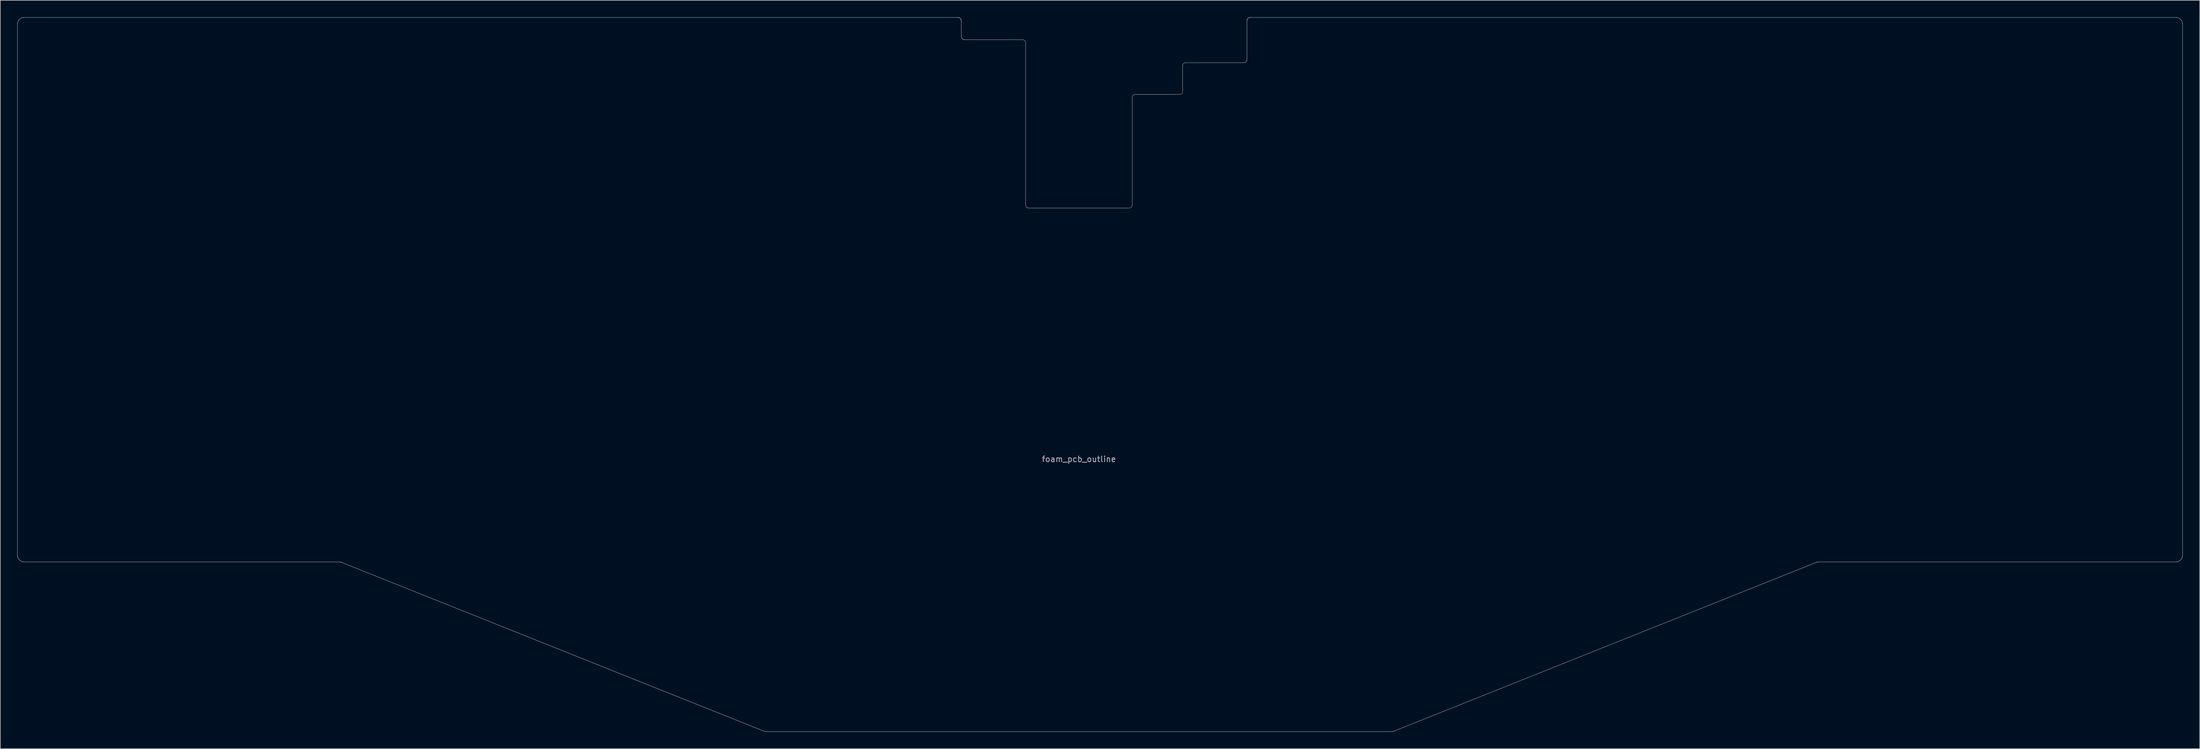
<source format=kicad_pcb>
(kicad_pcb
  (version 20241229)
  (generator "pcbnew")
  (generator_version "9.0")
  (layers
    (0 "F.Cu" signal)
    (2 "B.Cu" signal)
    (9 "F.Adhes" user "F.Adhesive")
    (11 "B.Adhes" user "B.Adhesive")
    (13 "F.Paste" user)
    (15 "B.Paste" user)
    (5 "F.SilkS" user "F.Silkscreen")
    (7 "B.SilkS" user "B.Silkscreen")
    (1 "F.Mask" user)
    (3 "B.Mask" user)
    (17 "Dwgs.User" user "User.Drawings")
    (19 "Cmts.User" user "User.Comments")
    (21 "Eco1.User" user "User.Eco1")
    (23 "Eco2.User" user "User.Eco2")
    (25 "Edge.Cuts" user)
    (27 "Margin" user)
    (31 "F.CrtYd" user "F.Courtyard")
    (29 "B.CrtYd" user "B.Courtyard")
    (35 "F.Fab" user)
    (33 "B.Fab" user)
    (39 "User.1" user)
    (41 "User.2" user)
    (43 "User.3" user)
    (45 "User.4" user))
  (footprint "foam_pcb_outline"
    (layer "F.Cu")
    (at 187.251 77.118)
    (property "Reference" "foam_pcb_outline" (at 0 0.893 0) (layer "F.Fab") (effects (font (size 1 1) (thickness 0.15))))
    (attr through_hole)
    (fp_line (start -129.777 0.000014) (end -128.587 0.000014) (stroke (width 0.05) (type solid)) (layer "Eco2.User"))
    (fp_line (start -128.587 0.000014) (end -128.587 1.191) (stroke (width 0.05) (type solid)) (layer "Eco2.User"))
    (fp_line (start -128.587 0) (end -128.587 -1.191) (stroke (width 0.05) (type solid)) (layer "Eco2.User"))
    (fp_line (start -127.397 0) (end -128.587 0) (stroke (width 0.05) (type solid)) (layer "Eco2.User"))
    (fp_line (start -1.191 0.000014) (end -0.000014 0.000014) (stroke (width 0.05) (type solid)) (layer "Eco2.User"))
    (fp_line (start -0.000014 0.000014) (end -0.000014 1.191) (stroke (width 0.05) (type solid)) (layer "Eco2.User"))
    (fp_line (start 0 0) (end 0 -1.191) (stroke (width 0.05) (type solid)) (layer "Eco2.User"))
    (fp_line (start 1.191 0) (end 0 0) (stroke (width 0.05) (type solid)) (layer "Eco2.User"))
    (fp_line (start 127.396 0.000014) (end 128.587 0.000014) (stroke (width 0.05) (type solid)) (layer "Eco2.User"))
    (fp_line (start 128.587 0) (end 128.587 -1.191) (stroke (width 0.05) (type solid)) (layer "Eco2.User"))
    (fp_line (start 128.587 0.000014) (end 128.587 1.191) (stroke (width 0.05) (type solid)) (layer "Eco2.User"))
    (fp_line (start 129.778 0) (end 128.587 0) (stroke (width 0.05) (type solid)) (layer "Eco2.User"))
    (fp_line (start -187.226 -75.902) (end -187.226 17.859) (stroke (width 0.05) (type solid)) (layer "Edge.Cuts"))
    (fp_line (start -187.226 17.859) (end -187.224 17.918) (stroke (width 0.05) (type solid)) (layer "Edge.Cuts"))
    (fp_line (start -187.224 -75.961) (end -187.226 -75.902) (stroke (width 0.05) (type solid)) (layer "Edge.Cuts"))
    (fp_line (start -187.224 17.918) (end -187.22 17.976) (stroke (width 0.05) (type solid)) (layer "Edge.Cuts"))
    (fp_line (start -187.22 -76.019) (end -187.224 -75.961) (stroke (width 0.05) (type solid)) (layer "Edge.Cuts"))
    (fp_line (start -187.22 17.976) (end -187.213 18.034) (stroke (width 0.05) (type solid)) (layer "Edge.Cuts"))
    (fp_line (start -187.213 -76.077) (end -187.22 -76.019) (stroke (width 0.05) (type solid)) (layer "Edge.Cuts"))
    (fp_line (start -187.213 18.034) (end -187.203 18.092) (stroke (width 0.05) (type solid)) (layer "Edge.Cuts"))
    (fp_line (start -187.203 -76.135) (end -187.213 -76.077) (stroke (width 0.05) (type solid)) (layer "Edge.Cuts"))
    (fp_line (start -187.203 18.092) (end -187.19 18.149) (stroke (width 0.05) (type solid)) (layer "Edge.Cuts"))
    (fp_line (start -187.19 -76.192) (end -187.203 -76.135) (stroke (width 0.05) (type solid)) (layer "Edge.Cuts"))
    (fp_line (start -187.19 18.149) (end -187.174 18.205) (stroke (width 0.05) (type solid)) (layer "Edge.Cuts"))
    (fp_line (start -187.174 -76.248) (end -187.19 -76.192) (stroke (width 0.05) (type solid)) (layer "Edge.Cuts"))
    (fp_line (start -187.174 18.205) (end -187.156 18.261) (stroke (width 0.05) (type solid)) (layer "Edge.Cuts"))
    (fp_line (start -187.156 -76.303) (end -187.174 -76.248) (stroke (width 0.05) (type solid)) (layer "Edge.Cuts"))
    (fp_line (start -187.156 18.261) (end -187.135 18.315) (stroke (width 0.05) (type solid)) (layer "Edge.Cuts"))
    (fp_line (start -187.135 -76.358) (end -187.156 -76.303) (stroke (width 0.05) (type solid)) (layer "Edge.Cuts"))
    (fp_line (start -187.135 18.315) (end -187.111 18.368) (stroke (width 0.05) (type solid)) (layer "Edge.Cuts"))
    (fp_line (start -187.111 -76.411) (end -187.135 -76.358) (stroke (width 0.05) (type solid)) (layer "Edge.Cuts"))
    (fp_line (start -187.111 18.368) (end -187.085 18.421) (stroke (width 0.05) (type solid)) (layer "Edge.Cuts"))
    (fp_line (start -187.085 -76.464) (end -187.111 -76.411) (stroke (width 0.05) (type solid)) (layer "Edge.Cuts"))
    (fp_line (start -187.085 18.421) (end -187.056 18.471) (stroke (width 0.05) (type solid)) (layer "Edge.Cuts"))
    (fp_line (start -187.056 -76.514) (end -187.085 -76.464) (stroke (width 0.05) (type solid)) (layer "Edge.Cuts"))
    (fp_line (start -187.056 18.471) (end -187.025 18.521) (stroke (width 0.05) (type solid)) (layer "Edge.Cuts"))
    (fp_line (start -187.025 -76.564) (end -187.056 -76.514) (stroke (width 0.05) (type solid)) (layer "Edge.Cuts"))
    (fp_line (start -187.025 18.521) (end -186.991 18.569) (stroke (width 0.05) (type solid)) (layer "Edge.Cuts"))
    (fp_line (start -186.991 -76.612) (end -187.025 -76.564) (stroke (width 0.05) (type solid)) (layer "Edge.Cuts"))
    (fp_line (start -186.991 18.569) (end -186.956 18.615) (stroke (width 0.05) (type solid)) (layer "Edge.Cuts"))
    (fp_line (start -186.956 -76.658) (end -186.991 -76.612) (stroke (width 0.05) (type solid)) (layer "Edge.Cuts"))
    (fp_line (start -186.956 18.615) (end -186.917 18.659) (stroke (width 0.05) (type solid)) (layer "Edge.Cuts"))
    (fp_line (start -186.917 -76.702) (end -186.956 -76.658) (stroke (width 0.05) (type solid)) (layer "Edge.Cuts"))
    (fp_line (start -186.917 18.659) (end -186.877 18.701) (stroke (width 0.05) (type solid)) (layer "Edge.Cuts"))
    (fp_line (start -186.877 -76.744) (end -186.917 -76.702) (stroke (width 0.05) (type solid)) (layer "Edge.Cuts"))
    (fp_line (start -186.877 18.701) (end -186.835 18.742) (stroke (width 0.05) (type solid)) (layer "Edge.Cuts"))
    (fp_line (start -186.835 -76.784) (end -186.877 -76.744) (stroke (width 0.05) (type solid)) (layer "Edge.Cuts"))
    (fp_line (start -186.835 18.742) (end -186.79 18.78) (stroke (width 0.05) (type solid)) (layer "Edge.Cuts"))
    (fp_line (start -186.79 -76.823) (end -186.835 -76.784) (stroke (width 0.05) (type solid)) (layer "Edge.Cuts"))
    (fp_line (start -186.79 18.78) (end -186.744 18.816) (stroke (width 0.05) (type solid)) (layer "Edge.Cuts"))
    (fp_line (start -186.744 -76.859) (end -186.79 -76.823) (stroke (width 0.05) (type solid)) (layer "Edge.Cuts"))
    (fp_line (start -186.744 18.816) (end -186.697 18.849) (stroke (width 0.05) (type solid)) (layer "Edge.Cuts"))
    (fp_line (start -186.697 -76.892) (end -186.744 -76.859) (stroke (width 0.05) (type solid)) (layer "Edge.Cuts"))
    (fp_line (start -186.697 18.849) (end -186.647 18.881) (stroke (width 0.05) (type solid)) (layer "Edge.Cuts"))
    (fp_line (start -186.647 -76.924) (end -186.697 -76.892) (stroke (width 0.05) (type solid)) (layer "Edge.Cuts"))
    (fp_line (start -186.647 18.881) (end -186.596 18.909) (stroke (width 0.05) (type solid)) (layer "Edge.Cuts"))
    (fp_line (start -186.596 -76.952) (end -186.647 -76.924) (stroke (width 0.05) (type solid)) (layer "Edge.Cuts"))
    (fp_line (start -186.596 18.909) (end -186.544 18.936) (stroke (width 0.05) (type solid)) (layer "Edge.Cuts"))
    (fp_line (start -186.544 -76.979) (end -186.596 -76.952) (stroke (width 0.05) (type solid)) (layer "Edge.Cuts"))
    (fp_line (start -186.544 18.936) (end -186.491 18.959) (stroke (width 0.05) (type solid)) (layer "Edge.Cuts"))
    (fp_line (start -186.491 -77.002) (end -186.544 -76.979) (stroke (width 0.05) (type solid)) (layer "Edge.Cuts"))
    (fp_line (start -186.491 18.959) (end -186.436 18.98) (stroke (width 0.05) (type solid)) (layer "Edge.Cuts"))
    (fp_line (start -186.436 -77.023) (end -186.491 -77.002) (stroke (width 0.05) (type solid)) (layer "Edge.Cuts"))
    (fp_line (start -186.436 18.98) (end -186.381 18.999) (stroke (width 0.05) (type solid)) (layer "Edge.Cuts"))
    (fp_line (start -186.381 -77.042) (end -186.436 -77.023) (stroke (width 0.05) (type solid)) (layer "Edge.Cuts"))
    (fp_line (start -186.381 18.999) (end -186.324 19.014) (stroke (width 0.05) (type solid)) (layer "Edge.Cuts"))
    (fp_line (start -186.324 -77.057) (end -186.381 -77.042) (stroke (width 0.05) (type solid)) (layer "Edge.Cuts"))
    (fp_line (start -186.324 19.014) (end -186.267 19.027) (stroke (width 0.05) (type solid)) (layer "Edge.Cuts"))
    (fp_line (start -186.267 -77.07) (end -186.324 -77.057) (stroke (width 0.05) (type solid)) (layer "Edge.Cuts"))
    (fp_line (start -186.267 19.027) (end -186.21 19.037) (stroke (width 0.05) (type solid)) (layer "Edge.Cuts"))
    (fp_line (start -186.21 -77.08) (end -186.267 -77.07) (stroke (width 0.05) (type solid)) (layer "Edge.Cuts"))
    (fp_line (start -186.21 19.037) (end -186.152 19.044) (stroke (width 0.05) (type solid)) (layer "Edge.Cuts"))
    (fp_line (start -186.152 -77.087) (end -186.21 -77.08) (stroke (width 0.05) (type solid)) (layer "Edge.Cuts"))
    (fp_line (start -186.152 19.044) (end -186.094 19.049) (stroke (width 0.05) (type solid)) (layer "Edge.Cuts"))
    (fp_line (start -186.094 -77.091) (end -186.152 -77.087) (stroke (width 0.05) (type solid)) (layer "Edge.Cuts"))
    (fp_line (start -186.094 19.049) (end -186.035 19.05) (stroke (width 0.05) (type solid)) (layer "Edge.Cuts"))
    (fp_line (start -186.035 -77.093) (end -186.094 -77.091) (stroke (width 0.05) (type solid)) (layer "Edge.Cuts"))
    (fp_line (start -186.035 19.05) (end -130.491 19.05) (stroke (width 0.05) (type solid)) (layer "Edge.Cuts"))
    (fp_line (start -130.491 19.05) (end -130.475 19.05) (stroke (width 0.05) (type solid)) (layer "Edge.Cuts"))
    (fp_line (start -130.475 19.05) (end -130.44 19.051) (stroke (width 0.05) (type solid)) (layer "Edge.Cuts"))
    (fp_line (start -130.44 19.051) (end -130.41 19.052) (stroke (width 0.05) (type solid)) (layer "Edge.Cuts"))
    (fp_line (start -130.41 19.052) (end -130.381 19.055) (stroke (width 0.05) (type solid)) (layer "Edge.Cuts"))
    (fp_line (start -130.381 19.055) (end -130.353 19.058) (stroke (width 0.05) (type solid)) (layer "Edge.Cuts"))
    (fp_line (start -130.353 19.058) (end -130.323 19.061) (stroke (width 0.05) (type solid)) (layer "Edge.Cuts"))
    (fp_line (start -130.323 19.061) (end -130.295 19.065) (stroke (width 0.05) (type solid)) (layer "Edge.Cuts"))
    (fp_line (start -130.295 19.065) (end -130.265 19.07) (stroke (width 0.05) (type solid)) (layer "Edge.Cuts"))
    (fp_line (start -130.265 19.07) (end -130.237 19.076) (stroke (width 0.05) (type solid)) (layer "Edge.Cuts"))
    (fp_line (start -130.237 19.076) (end -130.208 19.082) (stroke (width 0.05) (type solid)) (layer "Edge.Cuts"))
    (fp_line (start -130.208 19.082) (end -130.18 19.09) (stroke (width 0.05) (type solid)) (layer "Edge.Cuts"))
    (fp_line (start -130.18 19.09) (end -130.152 19.097) (stroke (width 0.05) (type solid)) (layer "Edge.Cuts"))
    (fp_line (start -130.152 19.097) (end -130.124 19.106) (stroke (width 0.05) (type solid)) (layer "Edge.Cuts"))
    (fp_line (start -130.124 19.106) (end -130.095 19.116) (stroke (width 0.05) (type solid)) (layer "Edge.Cuts"))
    (fp_line (start -130.095 19.116) (end -130.07 19.124) (stroke (width 0.05) (type solid)) (layer "Edge.Cuts"))
    (fp_line (start -130.07 19.124) (end -130.046 19.133) (stroke (width 0.05) (type solid)) (layer "Edge.Cuts"))
    (fp_line (start -130.046 19.133) (end -130.036 19.137) (stroke (width 0.05) (type solid)) (layer "Edge.Cuts"))
    (fp_line (start -130.036 19.137) (end -55.578 48.922) (stroke (width 0.05) (type solid)) (layer "Edge.Cuts"))
    (fp_line (start -55.578 48.922) (end -55.523 48.943) (stroke (width 0.05) (type solid)) (layer "Edge.Cuts"))
    (fp_line (start -55.523 48.943) (end -55.467 48.96) (stroke (width 0.05) (type solid)) (layer "Edge.Cuts"))
    (fp_line (start -55.467 48.96) (end -55.41 48.975) (stroke (width 0.05) (type solid)) (layer "Edge.Cuts"))
    (fp_line (start -55.41 48.975) (end -55.353 48.987) (stroke (width 0.05) (type solid)) (layer "Edge.Cuts"))
    (fp_line (start -55.353 48.987) (end -55.296 48.996) (stroke (width 0.05) (type solid)) (layer "Edge.Cuts"))
    (fp_line (start -55.296 48.996) (end -55.237 49.003) (stroke (width 0.05) (type solid)) (layer "Edge.Cuts"))
    (fp_line (start -55.237 49.003) (end -55.179 49.007) (stroke (width 0.05) (type solid)) (layer "Edge.Cuts"))
    (fp_line (start -55.179 49.007) (end -55.135 49.007) (stroke (width 0.05) (type solid)) (layer "Edge.Cuts"))
    (fp_line (start -55.135 49.007) (end 55.135 49.007) (stroke (width 0.05) (type solid)) (layer "Edge.Cuts"))
    (fp_line (start -21.347 -77.093) (end -186.035 -77.093) (stroke (width 0.05) (type solid)) (layer "Edge.Cuts"))
    (fp_line (start -21.34 -77.093) (end -21.347 -77.093) (stroke (width 0.05) (type solid)) (layer "Edge.Cuts"))
    (fp_line (start -21.321 -77.092) (end -21.34 -77.093) (stroke (width 0.05) (type solid)) (layer "Edge.Cuts"))
    (fp_line (start -21.307 -77.092) (end -21.321 -77.092) (stroke (width 0.05) (type solid)) (layer "Edge.Cuts"))
    (fp_line (start -21.292 -77.091) (end -21.307 -77.092) (stroke (width 0.05) (type solid)) (layer "Edge.Cuts"))
    (fp_line (start -21.278 -77.089) (end -21.292 -77.091) (stroke (width 0.05) (type solid)) (layer "Edge.Cuts"))
    (fp_line (start -21.263 -77.087) (end -21.278 -77.089) (stroke (width 0.05) (type solid)) (layer "Edge.Cuts"))
    (fp_line (start -21.249 -77.085) (end -21.263 -77.087) (stroke (width 0.05) (type solid)) (layer "Edge.Cuts"))
    (fp_line (start -21.234 -77.083) (end -21.249 -77.085) (stroke (width 0.05) (type solid)) (layer "Edge.Cuts"))
    (fp_line (start -21.22 -77.08) (end -21.234 -77.083) (stroke (width 0.05) (type solid)) (layer "Edge.Cuts"))
    (fp_line (start -21.206 -77.077) (end -21.22 -77.08) (stroke (width 0.05) (type solid)) (layer "Edge.Cuts"))
    (fp_line (start -21.191 -77.073) (end -21.206 -77.077) (stroke (width 0.05) (type solid)) (layer "Edge.Cuts"))
    (fp_line (start -21.177 -77.069) (end -21.191 -77.073) (stroke (width 0.05) (type solid)) (layer "Edge.Cuts"))
    (fp_line (start -21.164 -77.065) (end -21.177 -77.069) (stroke (width 0.05) (type solid)) (layer "Edge.Cuts"))
    (fp_line (start -21.149 -77.06) (end -21.164 -77.065) (stroke (width 0.05) (type solid)) (layer "Edge.Cuts"))
    (fp_line (start -21.136 -77.056) (end -21.149 -77.06) (stroke (width 0.05) (type solid)) (layer "Edge.Cuts"))
    (fp_line (start -21.122 -77.05) (end -21.136 -77.056) (stroke (width 0.05) (type solid)) (layer "Edge.Cuts"))
    (fp_line (start -21.109 -77.045) (end -21.122 -77.05) (stroke (width 0.05) (type solid)) (layer "Edge.Cuts"))
    (fp_line (start -21.096 -77.039) (end -21.109 -77.045) (stroke (width 0.05) (type solid)) (layer "Edge.Cuts"))
    (fp_line (start -21.082 -77.032) (end -21.096 -77.039) (stroke (width 0.05) (type solid)) (layer "Edge.Cuts"))
    (fp_line (start -21.069 -77.026) (end -21.082 -77.032) (stroke (width 0.05) (type solid)) (layer "Edge.Cuts"))
    (fp_line (start -21.056 -77.019) (end -21.069 -77.026) (stroke (width 0.05) (type solid)) (layer "Edge.Cuts"))
    (fp_line (start -21.044 -77.012) (end -21.056 -77.019) (stroke (width 0.05) (type solid)) (layer "Edge.Cuts"))
    (fp_line (start -21.031 -77.004) (end -21.044 -77.012) (stroke (width 0.05) (type solid)) (layer "Edge.Cuts"))
    (fp_line (start -21.019 -76.996) (end -21.031 -77.004) (stroke (width 0.05) (type solid)) (layer "Edge.Cuts"))
    (fp_line (start -21.007 -76.989) (end -21.019 -76.996) (stroke (width 0.05) (type solid)) (layer "Edge.Cuts"))
    (fp_line (start -20.994 -76.98) (end -21.007 -76.989) (stroke (width 0.05) (type solid)) (layer "Edge.Cuts"))
    (fp_line (start -20.983 -76.972) (end -20.994 -76.98) (stroke (width 0.05) (type solid)) (layer "Edge.Cuts"))
    (fp_line (start -20.971 -76.962) (end -20.983 -76.972) (stroke (width 0.05) (type solid)) (layer "Edge.Cuts"))
    (fp_line (start -20.96 -76.953) (end -20.971 -76.962) (stroke (width 0.05) (type solid)) (layer "Edge.Cuts"))
    (fp_line (start -20.949 -76.944) (end -20.96 -76.953) (stroke (width 0.05) (type solid)) (layer "Edge.Cuts"))
    (fp_line (start -20.938 -76.933) (end -20.949 -76.944) (stroke (width 0.05) (type solid)) (layer "Edge.Cuts"))
    (fp_line (start -20.927 -76.924) (end -20.938 -76.933) (stroke (width 0.05) (type solid)) (layer "Edge.Cuts"))
    (fp_line (start -20.917 -76.913) (end -20.927 -76.924) (stroke (width 0.05) (type solid)) (layer "Edge.Cuts"))
    (fp_line (start -20.907 -76.903) (end -20.917 -76.913) (stroke (width 0.05) (type solid)) (layer "Edge.Cuts"))
    (fp_line (start -20.897 -76.892) (end -20.907 -76.903) (stroke (width 0.05) (type solid)) (layer "Edge.Cuts"))
    (fp_line (start -20.888 -76.881) (end -20.897 -76.892) (stroke (width 0.05) (type solid)) (layer "Edge.Cuts"))
    (fp_line (start -20.879 -76.87) (end -20.888 -76.881) (stroke (width 0.05) (type solid)) (layer "Edge.Cuts"))
    (fp_line (start -20.869 -76.858) (end -20.879 -76.87) (stroke (width 0.05) (type solid)) (layer "Edge.Cuts"))
    (fp_line (start -20.861 -76.847) (end -20.869 -76.858) (stroke (width 0.05) (type solid)) (layer "Edge.Cuts"))
    (fp_line (start -20.852 -76.834) (end -20.861 -76.847) (stroke (width 0.05) (type solid)) (layer "Edge.Cuts"))
    (fp_line (start -20.845 -76.822) (end -20.852 -76.834) (stroke (width 0.05) (type solid)) (layer "Edge.Cuts"))
    (fp_line (start -20.837 -76.81) (end -20.845 -76.822) (stroke (width 0.05) (type solid)) (layer "Edge.Cuts"))
    (fp_line (start -20.829 -76.797) (end -20.837 -76.81) (stroke (width 0.05) (type solid)) (layer "Edge.Cuts"))
    (fp_line (start -20.822 -76.785) (end -20.829 -76.797) (stroke (width 0.05) (type solid)) (layer "Edge.Cuts"))
    (fp_line (start -20.815 -76.772) (end -20.822 -76.785) (stroke (width 0.05) (type solid)) (layer "Edge.Cuts"))
    (fp_line (start -20.809 -76.759) (end -20.815 -76.772) (stroke (width 0.05) (type solid)) (layer "Edge.Cuts"))
    (fp_line (start -20.802 -76.745) (end -20.809 -76.759) (stroke (width 0.05) (type solid)) (layer "Edge.Cuts"))
    (fp_line (start -20.796 -76.732) (end -20.802 -76.745) (stroke (width 0.05) (type solid)) (layer "Edge.Cuts"))
    (fp_line (start -20.791 -76.719) (end -20.796 -76.732) (stroke (width 0.05) (type solid)) (layer "Edge.Cuts"))
    (fp_line (start -20.785 -76.705) (end -20.791 -76.719) (stroke (width 0.05) (type solid)) (layer "Edge.Cuts"))
    (fp_line (start -20.781 -76.692) (end -20.785 -76.705) (stroke (width 0.05) (type solid)) (layer "Edge.Cuts"))
    (fp_line (start -20.776 -76.677) (end -20.781 -76.692) (stroke (width 0.05) (type solid)) (layer "Edge.Cuts"))
    (fp_line (start -20.772 -76.664) (end -20.776 -76.677) (stroke (width 0.05) (type solid)) (layer "Edge.Cuts"))
    (fp_line (start -20.768 -76.65) (end -20.772 -76.664) (stroke (width 0.05) (type solid)) (layer "Edge.Cuts"))
    (fp_line (start -20.764 -76.635) (end -20.768 -76.65) (stroke (width 0.05) (type solid)) (layer "Edge.Cuts"))
    (fp_line (start -20.761 -76.621) (end -20.764 -76.635) (stroke (width 0.05) (type solid)) (layer "Edge.Cuts"))
    (fp_line (start -20.758 -76.606) (end -20.761 -76.621) (stroke (width 0.05) (type solid)) (layer "Edge.Cuts"))
    (fp_line (start -20.756 -76.592) (end -20.758 -76.606) (stroke (width 0.05) (type solid)) (layer "Edge.Cuts"))
    (fp_line (start -20.754 -76.578) (end -20.756 -76.592) (stroke (width 0.05) (type solid)) (layer "Edge.Cuts"))
    (fp_line (start -20.752 -76.563) (end -20.754 -76.578) (stroke (width 0.05) (type solid)) (layer "Edge.Cuts"))
    (fp_line (start -20.75 -76.549) (end -20.752 -76.563) (stroke (width 0.05) (type solid)) (layer "Edge.Cuts"))
    (fp_line (start -20.749 -76.534) (end -20.75 -76.549) (stroke (width 0.05) (type solid)) (layer "Edge.Cuts"))
    (fp_line (start -20.749 -76.52) (end -20.749 -76.534) (stroke (width 0.05) (type solid)) (layer "Edge.Cuts"))
    (fp_line (start -20.748 -76.501) (end -20.749 -76.52) (stroke (width 0.05) (type solid)) (layer "Edge.Cuts"))
    (fp_line (start -20.748 -76.493) (end -20.748 -76.501) (stroke (width 0.05) (type solid)) (layer "Edge.Cuts"))
    (fp_line (start -20.748 -73.752) (end -20.748 -76.493) (stroke (width 0.05) (type solid)) (layer "Edge.Cuts"))
    (fp_line (start -20.747 -73.723) (end -20.748 -73.752) (stroke (width 0.05) (type solid)) (layer "Edge.Cuts"))
    (fp_line (start -20.745 -73.694) (end -20.747 -73.723) (stroke (width 0.05) (type solid)) (layer "Edge.Cuts"))
    (fp_line (start -20.742 -73.665) (end -20.745 -73.694) (stroke (width 0.05) (type solid)) (layer "Edge.Cuts"))
    (fp_line (start -20.737 -73.636) (end -20.742 -73.665) (stroke (width 0.05) (type solid)) (layer "Edge.Cuts"))
    (fp_line (start -20.73 -73.608) (end -20.737 -73.636) (stroke (width 0.05) (type solid)) (layer "Edge.Cuts"))
    (fp_line (start -20.722 -73.579) (end -20.73 -73.608) (stroke (width 0.05) (type solid)) (layer "Edge.Cuts"))
    (fp_line (start -20.713 -73.552) (end -20.722 -73.579) (stroke (width 0.05) (type solid)) (layer "Edge.Cuts"))
    (fp_line (start -20.703 -73.524) (end -20.713 -73.552) (stroke (width 0.05) (type solid)) (layer "Edge.Cuts"))
    (fp_line (start -20.691 -73.498) (end -20.703 -73.524) (stroke (width 0.05) (type solid)) (layer "Edge.Cuts"))
    (fp_line (start -20.678 -73.472) (end -20.691 -73.498) (stroke (width 0.05) (type solid)) (layer "Edge.Cuts"))
    (fp_line (start -20.663 -73.446) (end -20.678 -73.472) (stroke (width 0.05) (type solid)) (layer "Edge.Cuts"))
    (fp_line (start -20.648 -73.421) (end -20.663 -73.446) (stroke (width 0.05) (type solid)) (layer "Edge.Cuts"))
    (fp_line (start -20.631 -73.398) (end -20.648 -73.421) (stroke (width 0.05) (type solid)) (layer "Edge.Cuts"))
    (fp_line (start -20.613 -73.375) (end -20.631 -73.398) (stroke (width 0.05) (type solid)) (layer "Edge.Cuts"))
    (fp_line (start -20.594 -73.353) (end -20.613 -73.375) (stroke (width 0.05) (type solid)) (layer "Edge.Cuts"))
    (fp_line (start -20.574 -73.331) (end -20.594 -73.353) (stroke (width 0.05) (type solid)) (layer "Edge.Cuts"))
    (fp_line (start -20.552 -73.311) (end -20.574 -73.331) (stroke (width 0.05) (type solid)) (layer "Edge.Cuts"))
    (fp_line (start -20.53 -73.292) (end -20.552 -73.311) (stroke (width 0.05) (type solid)) (layer "Edge.Cuts"))
    (fp_line (start -20.507 -73.274) (end -20.53 -73.292) (stroke (width 0.05) (type solid)) (layer "Edge.Cuts"))
    (fp_line (start -20.483 -73.257) (end -20.507 -73.274) (stroke (width 0.05) (type solid)) (layer "Edge.Cuts"))
    (fp_line (start -20.459 -73.242) (end -20.483 -73.257) (stroke (width 0.05) (type solid)) (layer "Edge.Cuts"))
    (fp_line (start -20.433 -73.227) (end -20.459 -73.242) (stroke (width 0.05) (type solid)) (layer "Edge.Cuts"))
    (fp_line (start -20.407 -73.214) (end -20.433 -73.227) (stroke (width 0.05) (type solid)) (layer "Edge.Cuts"))
    (fp_line (start -20.381 -73.202) (end -20.407 -73.214) (stroke (width 0.05) (type solid)) (layer "Edge.Cuts"))
    (fp_line (start -20.353 -73.192) (end -20.381 -73.202) (stroke (width 0.05) (type solid)) (layer "Edge.Cuts"))
    (fp_line (start -20.326 -73.183) (end -20.353 -73.192) (stroke (width 0.05) (type solid)) (layer "Edge.Cuts"))
    (fp_line (start -20.297 -73.175) (end -20.326 -73.183) (stroke (width 0.05) (type solid)) (layer "Edge.Cuts"))
    (fp_line (start -20.269 -73.168) (end -20.297 -73.175) (stroke (width 0.05) (type solid)) (layer "Edge.Cuts"))
    (fp_line (start -20.24 -73.163) (end -20.269 -73.168) (stroke (width 0.05) (type solid)) (layer "Edge.Cuts"))
    (fp_line (start -20.211 -73.16) (end -20.24 -73.163) (stroke (width 0.05) (type solid)) (layer "Edge.Cuts"))
    (fp_line (start -20.182 -73.158) (end -20.211 -73.16) (stroke (width 0.05) (type solid)) (layer "Edge.Cuts"))
    (fp_line (start -20.153 -73.157) (end -20.182 -73.158) (stroke (width 0.05) (type solid)) (layer "Edge.Cuts"))
    (fp_line (start -9.906 -73.152) (end -20.153 -73.157) (stroke (width 0.05) (type solid)) (layer "Edge.Cuts"))
    (fp_line (start -9.398 -72.644) (end -9.398 -43.942) (stroke (width 0.05) (type solid)) (layer "Edge.Cuts"))
    (fp_line (start 8.89 -43.434) (end -8.89 -43.434) (stroke (width 0.05) (type solid)) (layer "Edge.Cuts"))
    (fp_line (start 9.398 -62.992) (end 9.398 -43.942) (stroke (width 0.05) (type solid)) (layer "Edge.Cuts"))
    (fp_line (start 9.906 -63.5) (end 17.78 -63.5) (stroke (width 0.05) (type solid)) (layer "Edge.Cuts"))
    (fp_line (start 18.288 -64.008) (end 18.288 -68.585) (stroke (width 0.05) (type solid)) (layer "Edge.Cuts"))
    (fp_line (start 18.796 -69.093) (end 29.043 -69.093) (stroke (width 0.05) (type solid)) (layer "Edge.Cuts"))
    (fp_line (start 29.072 -69.094) (end 29.043 -69.093) (stroke (width 0.05) (type solid)) (layer "Edge.Cuts"))
    (fp_line (start 29.101 -69.096) (end 29.072 -69.094) (stroke (width 0.05) (type solid)) (layer "Edge.Cuts"))
    (fp_line (start 29.13 -69.099) (end 29.101 -69.096) (stroke (width 0.05) (type solid)) (layer "Edge.Cuts"))
    (fp_line (start 29.159 -69.104) (end 29.13 -69.099) (stroke (width 0.05) (type solid)) (layer "Edge.Cuts"))
    (fp_line (start 29.187 -69.111) (end 29.159 -69.104) (stroke (width 0.05) (type solid)) (layer "Edge.Cuts"))
    (fp_line (start 29.215 -69.119) (end 29.187 -69.111) (stroke (width 0.05) (type solid)) (layer "Edge.Cuts"))
    (fp_line (start 29.243 -69.128) (end 29.215 -69.119) (stroke (width 0.05) (type solid)) (layer "Edge.Cuts"))
    (fp_line (start 29.271 -69.138) (end 29.243 -69.128) (stroke (width 0.05) (type solid)) (layer "Edge.Cuts"))
    (fp_line (start 29.297 -69.15) (end 29.271 -69.138) (stroke (width 0.05) (type solid)) (layer "Edge.Cuts"))
    (fp_line (start 29.323 -69.163) (end 29.297 -69.15) (stroke (width 0.05) (type solid)) (layer "Edge.Cuts"))
    (fp_line (start 29.349 -69.178) (end 29.323 -69.163) (stroke (width 0.05) (type solid)) (layer "Edge.Cuts"))
    (fp_line (start 29.373 -69.193) (end 29.349 -69.178) (stroke (width 0.05) (type solid)) (layer "Edge.Cuts"))
    (fp_line (start 29.397 -69.21) (end 29.373 -69.193) (stroke (width 0.05) (type solid)) (layer "Edge.Cuts"))
    (fp_line (start 29.42 -69.228) (end 29.397 -69.21) (stroke (width 0.05) (type solid)) (layer "Edge.Cuts"))
    (fp_line (start 29.442 -69.247) (end 29.42 -69.228) (stroke (width 0.05) (type solid)) (layer "Edge.Cuts"))
    (fp_line (start 29.464 -69.267) (end 29.442 -69.247) (stroke (width 0.05) (type solid)) (layer "Edge.Cuts"))
    (fp_line (start 29.484 -69.288) (end 29.464 -69.267) (stroke (width 0.05) (type solid)) (layer "Edge.Cuts"))
    (fp_line (start 29.503 -69.311) (end 29.484 -69.288) (stroke (width 0.05) (type solid)) (layer "Edge.Cuts"))
    (fp_line (start 29.521 -69.334) (end 29.503 -69.311) (stroke (width 0.05) (type solid)) (layer "Edge.Cuts"))
    (fp_line (start 29.538 -69.358) (end 29.521 -69.334) (stroke (width 0.05) (type solid)) (layer "Edge.Cuts"))
    (fp_line (start 29.553 -69.382) (end 29.538 -69.358) (stroke (width 0.05) (type solid)) (layer "Edge.Cuts"))
    (fp_line (start 29.568 -69.408) (end 29.553 -69.382) (stroke (width 0.05) (type solid)) (layer "Edge.Cuts"))
    (fp_line (start 29.581 -69.434) (end 29.568 -69.408) (stroke (width 0.05) (type solid)) (layer "Edge.Cuts"))
    (fp_line (start 29.593 -69.46) (end 29.581 -69.434) (stroke (width 0.05) (type solid)) (layer "Edge.Cuts"))
    (fp_line (start 29.603 -69.488) (end 29.593 -69.46) (stroke (width 0.05) (type solid)) (layer "Edge.Cuts"))
    (fp_line (start 29.612 -69.516) (end 29.603 -69.488) (stroke (width 0.05) (type solid)) (layer "Edge.Cuts"))
    (fp_line (start 29.62 -69.544) (end 29.612 -69.516) (stroke (width 0.05) (type solid)) (layer "Edge.Cuts"))
    (fp_line (start 29.627 -69.572) (end 29.62 -69.544) (stroke (width 0.05) (type solid)) (layer "Edge.Cuts"))
    (fp_line (start 29.632 -69.601) (end 29.627 -69.572) (stroke (width 0.05) (type solid)) (layer "Edge.Cuts"))
    (fp_line (start 29.635 -69.63) (end 29.632 -69.601) (stroke (width 0.05) (type solid)) (layer "Edge.Cuts"))
    (fp_line (start 29.637 -69.659) (end 29.635 -69.63) (stroke (width 0.05) (type solid)) (layer "Edge.Cuts"))
    (fp_line (start 29.638 -76.493) (end 29.638 -69.688) (stroke (width 0.05) (type solid)) (layer "Edge.Cuts"))
    (fp_line (start 29.638 -69.688) (end 29.637 -69.659) (stroke (width 0.05) (type solid)) (layer "Edge.Cuts"))
    (fp_line (start 29.638 -76.501) (end 29.638 -76.493) (stroke (width 0.05) (type solid)) (layer "Edge.Cuts"))
    (fp_line (start 29.639 -76.52) (end 29.638 -76.501) (stroke (width 0.05) (type solid)) (layer "Edge.Cuts"))
    (fp_line (start 29.639 -76.534) (end 29.639 -76.52) (stroke (width 0.05) (type solid)) (layer "Edge.Cuts"))
    (fp_line (start 29.64 -76.549) (end 29.639 -76.534) (stroke (width 0.05) (type solid)) (layer "Edge.Cuts"))
    (fp_line (start 29.642 -76.563) (end 29.64 -76.549) (stroke (width 0.05) (type solid)) (layer "Edge.Cuts"))
    (fp_line (start 29.644 -76.578) (end 29.642 -76.563) (stroke (width 0.05) (type solid)) (layer "Edge.Cuts"))
    (fp_line (start 29.646 -76.592) (end 29.644 -76.578) (stroke (width 0.05) (type solid)) (layer "Edge.Cuts"))
    (fp_line (start 29.648 -76.606) (end 29.646 -76.592) (stroke (width 0.05) (type solid)) (layer "Edge.Cuts"))
    (fp_line (start 29.651 -76.621) (end 29.648 -76.606) (stroke (width 0.05) (type solid)) (layer "Edge.Cuts"))
    (fp_line (start 29.654 -76.635) (end 29.651 -76.621) (stroke (width 0.05) (type solid)) (layer "Edge.Cuts"))
    (fp_line (start 29.658 -76.65) (end 29.654 -76.635) (stroke (width 0.05) (type solid)) (layer "Edge.Cuts"))
    (fp_line (start 29.662 -76.664) (end 29.658 -76.65) (stroke (width 0.05) (type solid)) (layer "Edge.Cuts"))
    (fp_line (start 29.666 -76.677) (end 29.662 -76.664) (stroke (width 0.05) (type solid)) (layer "Edge.Cuts"))
    (fp_line (start 29.671 -76.692) (end 29.666 -76.677) (stroke (width 0.05) (type solid)) (layer "Edge.Cuts"))
    (fp_line (start 29.675 -76.705) (end 29.671 -76.692) (stroke (width 0.05) (type solid)) (layer "Edge.Cuts"))
    (fp_line (start 29.681 -76.719) (end 29.675 -76.705) (stroke (width 0.05) (type solid)) (layer "Edge.Cuts"))
    (fp_line (start 29.686 -76.732) (end 29.681 -76.719) (stroke (width 0.05) (type solid)) (layer "Edge.Cuts"))
    (fp_line (start 29.692 -76.745) (end 29.686 -76.732) (stroke (width 0.05) (type solid)) (layer "Edge.Cuts"))
    (fp_line (start 29.699 -76.759) (end 29.692 -76.745) (stroke (width 0.05) (type solid)) (layer "Edge.Cuts"))
    (fp_line (start 29.705 -76.772) (end 29.699 -76.759) (stroke (width 0.05) (type solid)) (layer "Edge.Cuts"))
    (fp_line (start 29.712 -76.785) (end 29.705 -76.772) (stroke (width 0.05) (type solid)) (layer "Edge.Cuts"))
    (fp_line (start 29.719 -76.797) (end 29.712 -76.785) (stroke (width 0.05) (type solid)) (layer "Edge.Cuts"))
    (fp_line (start 29.727 -76.81) (end 29.719 -76.797) (stroke (width 0.05) (type solid)) (layer "Edge.Cuts"))
    (fp_line (start 29.735 -76.822) (end 29.727 -76.81) (stroke (width 0.05) (type solid)) (layer "Edge.Cuts"))
    (fp_line (start 29.742 -76.834) (end 29.735 -76.822) (stroke (width 0.05) (type solid)) (layer "Edge.Cuts"))
    (fp_line (start 29.751 -76.847) (end 29.742 -76.834) (stroke (width 0.05) (type solid)) (layer "Edge.Cuts"))
    (fp_line (start 29.759 -76.858) (end 29.751 -76.847) (stroke (width 0.05) (type solid)) (layer "Edge.Cuts"))
    (fp_line (start 29.769 -76.87) (end 29.759 -76.858) (stroke (width 0.05) (type solid)) (layer "Edge.Cuts"))
    (fp_line (start 29.778 -76.881) (end 29.769 -76.87) (stroke (width 0.05) (type solid)) (layer "Edge.Cuts"))
    (fp_line (start 29.787 -76.892) (end 29.778 -76.881) (stroke (width 0.05) (type solid)) (layer "Edge.Cuts"))
    (fp_line (start 29.797 -76.903) (end 29.787 -76.892) (stroke (width 0.05) (type solid)) (layer "Edge.Cuts"))
    (fp_line (start 29.807 -76.913) (end 29.797 -76.903) (stroke (width 0.05) (type solid)) (layer "Edge.Cuts"))
    (fp_line (start 29.817 -76.924) (end 29.807 -76.913) (stroke (width 0.05) (type solid)) (layer "Edge.Cuts"))
    (fp_line (start 29.828 -76.933) (end 29.817 -76.924) (stroke (width 0.05) (type solid)) (layer "Edge.Cuts"))
    (fp_line (start 29.839 -76.944) (end 29.828 -76.933) (stroke (width 0.05) (type solid)) (layer "Edge.Cuts"))
    (fp_line (start 29.85 -76.953) (end 29.839 -76.944) (stroke (width 0.05) (type solid)) (layer "Edge.Cuts"))
    (fp_line (start 29.861 -76.962) (end 29.85 -76.953) (stroke (width 0.05) (type solid)) (layer "Edge.Cuts"))
    (fp_line (start 29.873 -76.972) (end 29.861 -76.962) (stroke (width 0.05) (type solid)) (layer "Edge.Cuts"))
    (fp_line (start 29.884 -76.98) (end 29.873 -76.972) (stroke (width 0.05) (type solid)) (layer "Edge.Cuts"))
    (fp_line (start 29.897 -76.989) (end 29.884 -76.98) (stroke (width 0.05) (type solid)) (layer "Edge.Cuts"))
    (fp_line (start 29.909 -76.996) (end 29.897 -76.989) (stroke (width 0.05) (type solid)) (layer "Edge.Cuts"))
    (fp_line (start 29.921 -77.004) (end 29.909 -76.996) (stroke (width 0.05) (type solid)) (layer "Edge.Cuts"))
    (fp_line (start 29.934 -77.012) (end 29.921 -77.004) (stroke (width 0.05) (type solid)) (layer "Edge.Cuts"))
    (fp_line (start 29.946 -77.019) (end 29.934 -77.012) (stroke (width 0.05) (type solid)) (layer "Edge.Cuts"))
    (fp_line (start 29.959 -77.026) (end 29.946 -77.019) (stroke (width 0.05) (type solid)) (layer "Edge.Cuts"))
    (fp_line (start 29.972 -77.032) (end 29.959 -77.026) (stroke (width 0.05) (type solid)) (layer "Edge.Cuts"))
    (fp_line (start 29.986 -77.039) (end 29.972 -77.032) (stroke (width 0.05) (type solid)) (layer "Edge.Cuts"))
    (fp_line (start 29.999 -77.045) (end 29.986 -77.039) (stroke (width 0.05) (type solid)) (layer "Edge.Cuts"))
    (fp_line (start 30.012 -77.05) (end 29.999 -77.045) (stroke (width 0.05) (type solid)) (layer "Edge.Cuts"))
    (fp_line (start 30.026 -77.056) (end 30.012 -77.05) (stroke (width 0.05) (type solid)) (layer "Edge.Cuts"))
    (fp_line (start 30.039 -77.06) (end 30.026 -77.056) (stroke (width 0.05) (type solid)) (layer "Edge.Cuts"))
    (fp_line (start 30.054 -77.065) (end 30.039 -77.06) (stroke (width 0.05) (type solid)) (layer "Edge.Cuts"))
    (fp_line (start 30.067 -77.069) (end 30.054 -77.065) (stroke (width 0.05) (type solid)) (layer "Edge.Cuts"))
    (fp_line (start 30.081 -77.073) (end 30.067 -77.069) (stroke (width 0.05) (type solid)) (layer "Edge.Cuts"))
    (fp_line (start 30.096 -77.077) (end 30.081 -77.073) (stroke (width 0.05) (type solid)) (layer "Edge.Cuts"))
    (fp_line (start 30.11 -77.08) (end 30.096 -77.077) (stroke (width 0.05) (type solid)) (layer "Edge.Cuts"))
    (fp_line (start 30.124 -77.083) (end 30.11 -77.08) (stroke (width 0.05) (type solid)) (layer "Edge.Cuts"))
    (fp_line (start 30.139 -77.085) (end 30.124 -77.083) (stroke (width 0.05) (type solid)) (layer "Edge.Cuts"))
    (fp_line (start 30.153 -77.087) (end 30.139 -77.085) (stroke (width 0.05) (type solid)) (layer "Edge.Cuts"))
    (fp_line (start 30.168 -77.089) (end 30.153 -77.087) (stroke (width 0.05) (type solid)) (layer "Edge.Cuts"))
    (fp_line (start 30.182 -77.091) (end 30.168 -77.089) (stroke (width 0.05) (type solid)) (layer "Edge.Cuts"))
    (fp_line (start 30.197 -77.092) (end 30.182 -77.091) (stroke (width 0.05) (type solid)) (layer "Edge.Cuts"))
    (fp_line (start 30.211 -77.092) (end 30.197 -77.092) (stroke (width 0.05) (type solid)) (layer "Edge.Cuts"))
    (fp_line (start 30.23 -77.093) (end 30.211 -77.092) (stroke (width 0.05) (type solid)) (layer "Edge.Cuts"))
    (fp_line (start 30.237 -77.093) (end 30.23 -77.093) (stroke (width 0.05) (type solid)) (layer "Edge.Cuts"))
    (fp_line (start 55.135 49.007) (end 55.194 49.006) (stroke (width 0.05) (type solid)) (layer "Edge.Cuts"))
    (fp_line (start 55.194 49.006) (end 55.252 49.002) (stroke (width 0.05) (type solid)) (layer "Edge.Cuts"))
    (fp_line (start 55.252 49.002) (end 55.31 48.994) (stroke (width 0.05) (type solid)) (layer "Edge.Cuts"))
    (fp_line (start 55.31 48.994) (end 55.367 48.984) (stroke (width 0.05) (type solid)) (layer "Edge.Cuts"))
    (fp_line (start 55.367 48.984) (end 55.425 48.972) (stroke (width 0.05) (type solid)) (layer "Edge.Cuts"))
    (fp_line (start 55.425 48.972) (end 55.481 48.956) (stroke (width 0.05) (type solid)) (layer "Edge.Cuts"))
    (fp_line (start 55.481 48.956) (end 55.536 48.938) (stroke (width 0.05) (type solid)) (layer "Edge.Cuts"))
    (fp_line (start 55.536 48.938) (end 55.578 48.922) (stroke (width 0.05) (type solid)) (layer "Edge.Cuts"))
    (fp_line (start 55.578 48.922) (end 130.034 19.138) (stroke (width 0.05) (type solid)) (layer "Edge.Cuts"))
    (fp_line (start 130.034 19.138) (end 130.048 19.133) (stroke (width 0.05) (type solid)) (layer "Edge.Cuts"))
    (fp_line (start 130.048 19.133) (end 130.082 19.12) (stroke (width 0.05) (type solid)) (layer "Edge.Cuts"))
    (fp_line (start 130.082 19.12) (end 130.11 19.11) (stroke (width 0.05) (type solid)) (layer "Edge.Cuts"))
    (fp_line (start 130.11 19.11) (end 130.138 19.102) (stroke (width 0.05) (type solid)) (layer "Edge.Cuts"))
    (fp_line (start 130.138 19.102) (end 130.166 19.093) (stroke (width 0.05) (type solid)) (layer "Edge.Cuts"))
    (fp_line (start 130.166 19.093) (end 130.194 19.086) (stroke (width 0.05) (type solid)) (layer "Edge.Cuts"))
    (fp_line (start 130.194 19.086) (end 130.222 19.079) (stroke (width 0.05) (type solid)) (layer "Edge.Cuts"))
    (fp_line (start 130.222 19.079) (end 130.251 19.073) (stroke (width 0.05) (type solid)) (layer "Edge.Cuts"))
    (fp_line (start 130.251 19.073) (end 130.28 19.068) (stroke (width 0.05) (type solid)) (layer "Edge.Cuts"))
    (fp_line (start 130.28 19.068) (end 130.309 19.063) (stroke (width 0.05) (type solid)) (layer "Edge.Cuts"))
    (fp_line (start 130.309 19.063) (end 130.338 19.059) (stroke (width 0.05) (type solid)) (layer "Edge.Cuts"))
    (fp_line (start 130.338 19.059) (end 130.367 19.056) (stroke (width 0.05) (type solid)) (layer "Edge.Cuts"))
    (fp_line (start 130.367 19.056) (end 130.396 19.053) (stroke (width 0.05) (type solid)) (layer "Edge.Cuts"))
    (fp_line (start 130.396 19.053) (end 130.427 19.052) (stroke (width 0.05) (type solid)) (layer "Edge.Cuts"))
    (fp_line (start 130.427 19.052) (end 130.452 19.051) (stroke (width 0.05) (type solid)) (layer "Edge.Cuts"))
    (fp_line (start 130.452 19.051) (end 130.478 19.05) (stroke (width 0.05) (type solid)) (layer "Edge.Cuts"))
    (fp_line (start 130.478 19.05) (end 130.489 19.05) (stroke (width 0.05) (type solid)) (layer "Edge.Cuts"))
    (fp_line (start 130.489 19.05) (end 193.477 19.05) (stroke (width 0.05) (type solid)) (layer "Edge.Cuts"))
    (fp_line (start 193.477 -77.093) (end 30.237 -77.093) (stroke (width 0.05) (type solid)) (layer "Edge.Cuts"))
    (fp_line (start 193.477 19.05) (end 193.535 19.049) (stroke (width 0.05) (type solid)) (layer "Edge.Cuts"))
    (fp_line (start 193.535 -77.091) (end 193.477 -77.093) (stroke (width 0.05) (type solid)) (layer "Edge.Cuts"))
    (fp_line (start 193.535 19.049) (end 193.593 19.044) (stroke (width 0.05) (type solid)) (layer "Edge.Cuts"))
    (fp_line (start 193.593 -77.087) (end 193.535 -77.091) (stroke (width 0.05) (type solid)) (layer "Edge.Cuts"))
    (fp_line (start 193.593 19.044) (end 193.651 19.037) (stroke (width 0.05) (type solid)) (layer "Edge.Cuts"))
    (fp_line (start 193.651 -77.08) (end 193.593 -77.087) (stroke (width 0.05) (type solid)) (layer "Edge.Cuts"))
    (fp_line (start 193.651 19.037) (end 193.709 19.027) (stroke (width 0.05) (type solid)) (layer "Edge.Cuts"))
    (fp_line (start 193.709 -77.07) (end 193.651 -77.08) (stroke (width 0.05) (type solid)) (layer "Edge.Cuts"))
    (fp_line (start 193.709 19.027) (end 193.766 19.014) (stroke (width 0.05) (type solid)) (layer "Edge.Cuts"))
    (fp_line (start 193.766 -77.057) (end 193.709 -77.07) (stroke (width 0.05) (type solid)) (layer "Edge.Cuts"))
    (fp_line (start 193.766 19.014) (end 193.822 18.999) (stroke (width 0.05) (type solid)) (layer "Edge.Cuts"))
    (fp_line (start 193.822 -77.042) (end 193.766 -77.057) (stroke (width 0.05) (type solid)) (layer "Edge.Cuts"))
    (fp_line (start 193.822 18.999) (end 193.878 18.98) (stroke (width 0.05) (type solid)) (layer "Edge.Cuts"))
    (fp_line (start 193.878 -77.023) (end 193.822 -77.042) (stroke (width 0.05) (type solid)) (layer "Edge.Cuts"))
    (fp_line (start 193.878 18.98) (end 193.932 18.959) (stroke (width 0.05) (type solid)) (layer "Edge.Cuts"))
    (fp_line (start 193.932 -77.002) (end 193.878 -77.023) (stroke (width 0.05) (type solid)) (layer "Edge.Cuts"))
    (fp_line (start 193.932 18.959) (end 193.986 18.936) (stroke (width 0.05) (type solid)) (layer "Edge.Cuts"))
    (fp_line (start 193.986 -76.979) (end 193.932 -77.002) (stroke (width 0.05) (type solid)) (layer "Edge.Cuts"))
    (fp_line (start 193.986 18.936) (end 194.038 18.909) (stroke (width 0.05) (type solid)) (layer "Edge.Cuts"))
    (fp_line (start 194.038 -76.952) (end 193.986 -76.979) (stroke (width 0.05) (type solid)) (layer "Edge.Cuts"))
    (fp_line (start 194.038 18.909) (end 194.089 18.881) (stroke (width 0.05) (type solid)) (layer "Edge.Cuts"))
    (fp_line (start 194.089 -76.924) (end 194.038 -76.952) (stroke (width 0.05) (type solid)) (layer "Edge.Cuts"))
    (fp_line (start 194.089 18.881) (end 194.138 18.849) (stroke (width 0.05) (type solid)) (layer "Edge.Cuts"))
    (fp_line (start 194.138 -76.892) (end 194.089 -76.924) (stroke (width 0.05) (type solid)) (layer "Edge.Cuts"))
    (fp_line (start 194.138 18.849) (end 194.186 18.816) (stroke (width 0.05) (type solid)) (layer "Edge.Cuts"))
    (fp_line (start 194.186 -76.859) (end 194.138 -76.892) (stroke (width 0.05) (type solid)) (layer "Edge.Cuts"))
    (fp_line (start 194.186 18.816) (end 194.232 18.78) (stroke (width 0.05) (type solid)) (layer "Edge.Cuts"))
    (fp_line (start 194.232 -76.823) (end 194.186 -76.859) (stroke (width 0.05) (type solid)) (layer "Edge.Cuts"))
    (fp_line (start 194.232 18.78) (end 194.276 18.742) (stroke (width 0.05) (type solid)) (layer "Edge.Cuts"))
    (fp_line (start 194.276 -76.784) (end 194.232 -76.823) (stroke (width 0.05) (type solid)) (layer "Edge.Cuts"))
    (fp_line (start 194.276 18.742) (end 194.318 18.701) (stroke (width 0.05) (type solid)) (layer "Edge.Cuts"))
    (fp_line (start 194.318 -76.744) (end 194.276 -76.784) (stroke (width 0.05) (type solid)) (layer "Edge.Cuts"))
    (fp_line (start 194.318 18.701) (end 194.359 18.659) (stroke (width 0.05) (type solid)) (layer "Edge.Cuts"))
    (fp_line (start 194.359 -76.702) (end 194.318 -76.744) (stroke (width 0.05) (type solid)) (layer "Edge.Cuts"))
    (fp_line (start 194.359 18.659) (end 194.397 18.615) (stroke (width 0.05) (type solid)) (layer "Edge.Cuts"))
    (fp_line (start 194.397 -76.658) (end 194.359 -76.702) (stroke (width 0.05) (type solid)) (layer "Edge.Cuts"))
    (fp_line (start 194.397 18.615) (end 194.433 18.569) (stroke (width 0.05) (type solid)) (layer "Edge.Cuts"))
    (fp_line (start 194.433 -76.612) (end 194.397 -76.658) (stroke (width 0.05) (type solid)) (layer "Edge.Cuts"))
    (fp_line (start 194.433 18.569) (end 194.467 18.521) (stroke (width 0.05) (type solid)) (layer "Edge.Cuts"))
    (fp_line (start 194.467 -76.564) (end 194.433 -76.612) (stroke (width 0.05) (type solid)) (layer "Edge.Cuts"))
    (fp_line (start 194.467 18.521) (end 194.498 18.471) (stroke (width 0.05) (type solid)) (layer "Edge.Cuts"))
    (fp_line (start 194.498 -76.514) (end 194.467 -76.564) (stroke (width 0.05) (type solid)) (layer "Edge.Cuts"))
    (fp_line (start 194.498 18.471) (end 194.527 18.421) (stroke (width 0.05) (type solid)) (layer "Edge.Cuts"))
    (fp_line (start 194.527 -76.464) (end 194.498 -76.514) (stroke (width 0.05) (type solid)) (layer "Edge.Cuts"))
    (fp_line (start 194.527 18.421) (end 194.553 18.368) (stroke (width 0.05) (type solid)) (layer "Edge.Cuts"))
    (fp_line (start 194.553 -76.411) (end 194.527 -76.464) (stroke (width 0.05) (type solid)) (layer "Edge.Cuts"))
    (fp_line (start 194.553 18.368) (end 194.577 18.315) (stroke (width 0.05) (type solid)) (layer "Edge.Cuts"))
    (fp_line (start 194.577 -76.358) (end 194.553 -76.411) (stroke (width 0.05) (type solid)) (layer "Edge.Cuts"))
    (fp_line (start 194.577 18.315) (end 194.598 18.261) (stroke (width 0.05) (type solid)) (layer "Edge.Cuts"))
    (fp_line (start 194.598 -76.303) (end 194.577 -76.358) (stroke (width 0.05) (type solid)) (layer "Edge.Cuts"))
    (fp_line (start 194.598 18.261) (end 194.616 18.205) (stroke (width 0.05) (type solid)) (layer "Edge.Cuts"))
    (fp_line (start 194.616 -76.248) (end 194.598 -76.303) (stroke (width 0.05) (type solid)) (layer "Edge.Cuts"))
    (fp_line (start 194.616 18.205) (end 194.631 18.149) (stroke (width 0.05) (type solid)) (layer "Edge.Cuts"))
    (fp_line (start 194.631 -76.192) (end 194.616 -76.248) (stroke (width 0.05) (type solid)) (layer "Edge.Cuts"))
    (fp_line (start 194.631 18.149) (end 194.644 18.092) (stroke (width 0.05) (type solid)) (layer "Edge.Cuts"))
    (fp_line (start 194.644 -76.135) (end 194.631 -76.192) (stroke (width 0.05) (type solid)) (layer "Edge.Cuts"))
    (fp_line (start 194.644 18.092) (end 194.654 18.034) (stroke (width 0.05) (type solid)) (layer "Edge.Cuts"))
    (fp_line (start 194.654 -76.077) (end 194.644 -76.135) (stroke (width 0.05) (type solid)) (layer "Edge.Cuts"))
    (fp_line (start 194.654 18.034) (end 194.661 17.976) (stroke (width 0.05) (type solid)) (layer "Edge.Cuts"))
    (fp_line (start 194.661 -76.019) (end 194.654 -76.077) (stroke (width 0.05) (type solid)) (layer "Edge.Cuts"))
    (fp_line (start 194.661 17.976) (end 194.666 17.918) (stroke (width 0.05) (type solid)) (layer "Edge.Cuts"))
    (fp_line (start 194.666 -75.961) (end 194.661 -76.019) (stroke (width 0.05) (type solid)) (layer "Edge.Cuts"))
    (fp_line (start 194.666 17.918) (end 194.667 17.859) (stroke (width 0.05) (type solid)) (layer "Edge.Cuts"))
    (fp_line (start 194.667 -75.902) (end 194.666 -75.961) (stroke (width 0.05) (type solid)) (layer "Edge.Cuts"))
    (fp_line (start 194.667 17.859) (end 194.667 -75.902) (stroke (width 0.05) (type solid)) (layer "Edge.Cuts"))
    (fp_arc (start -9.906 -73.152) (mid -9.54679 -73.00321) (end -9.398 -72.644) (stroke (width 0.05) (type solid)) (layer "Edge.Cuts"))
    (fp_arc (start -8.89 -43.434) (mid -9.24921 -43.58279) (end -9.398 -43.942) (stroke (width 0.05) (type solid)) (layer "Edge.Cuts"))
    (fp_arc (start 9.398 -62.992) (mid 9.54679 -63.35121) (end 9.906 -63.5) (stroke (width 0.05) (type solid)) (layer "Edge.Cuts"))
    (fp_arc (start 9.398 -43.942) (mid 9.24921 -43.58279) (end 8.89 -43.434) (stroke (width 0.05) (type solid)) (layer "Edge.Cuts"))
    (fp_arc (start 18.288 -68.585) (mid 18.43679 -68.94421) (end 18.796 -69.093) (stroke (width 0.05) (type solid)) (layer "Edge.Cuts"))
    (fp_arc (start 18.288 -64.008) (mid 18.13921 -63.64879) (end 17.78 -63.5) (stroke (width 0.05) (type solid)) (layer "Edge.Cuts")))
  (gr_rect
    (start -3 -3)
    (end 384.943 129.15)
    (stroke (width 0.1) (type default))
    (fill no)
    (layer "Edge.Cuts")))
</source>
